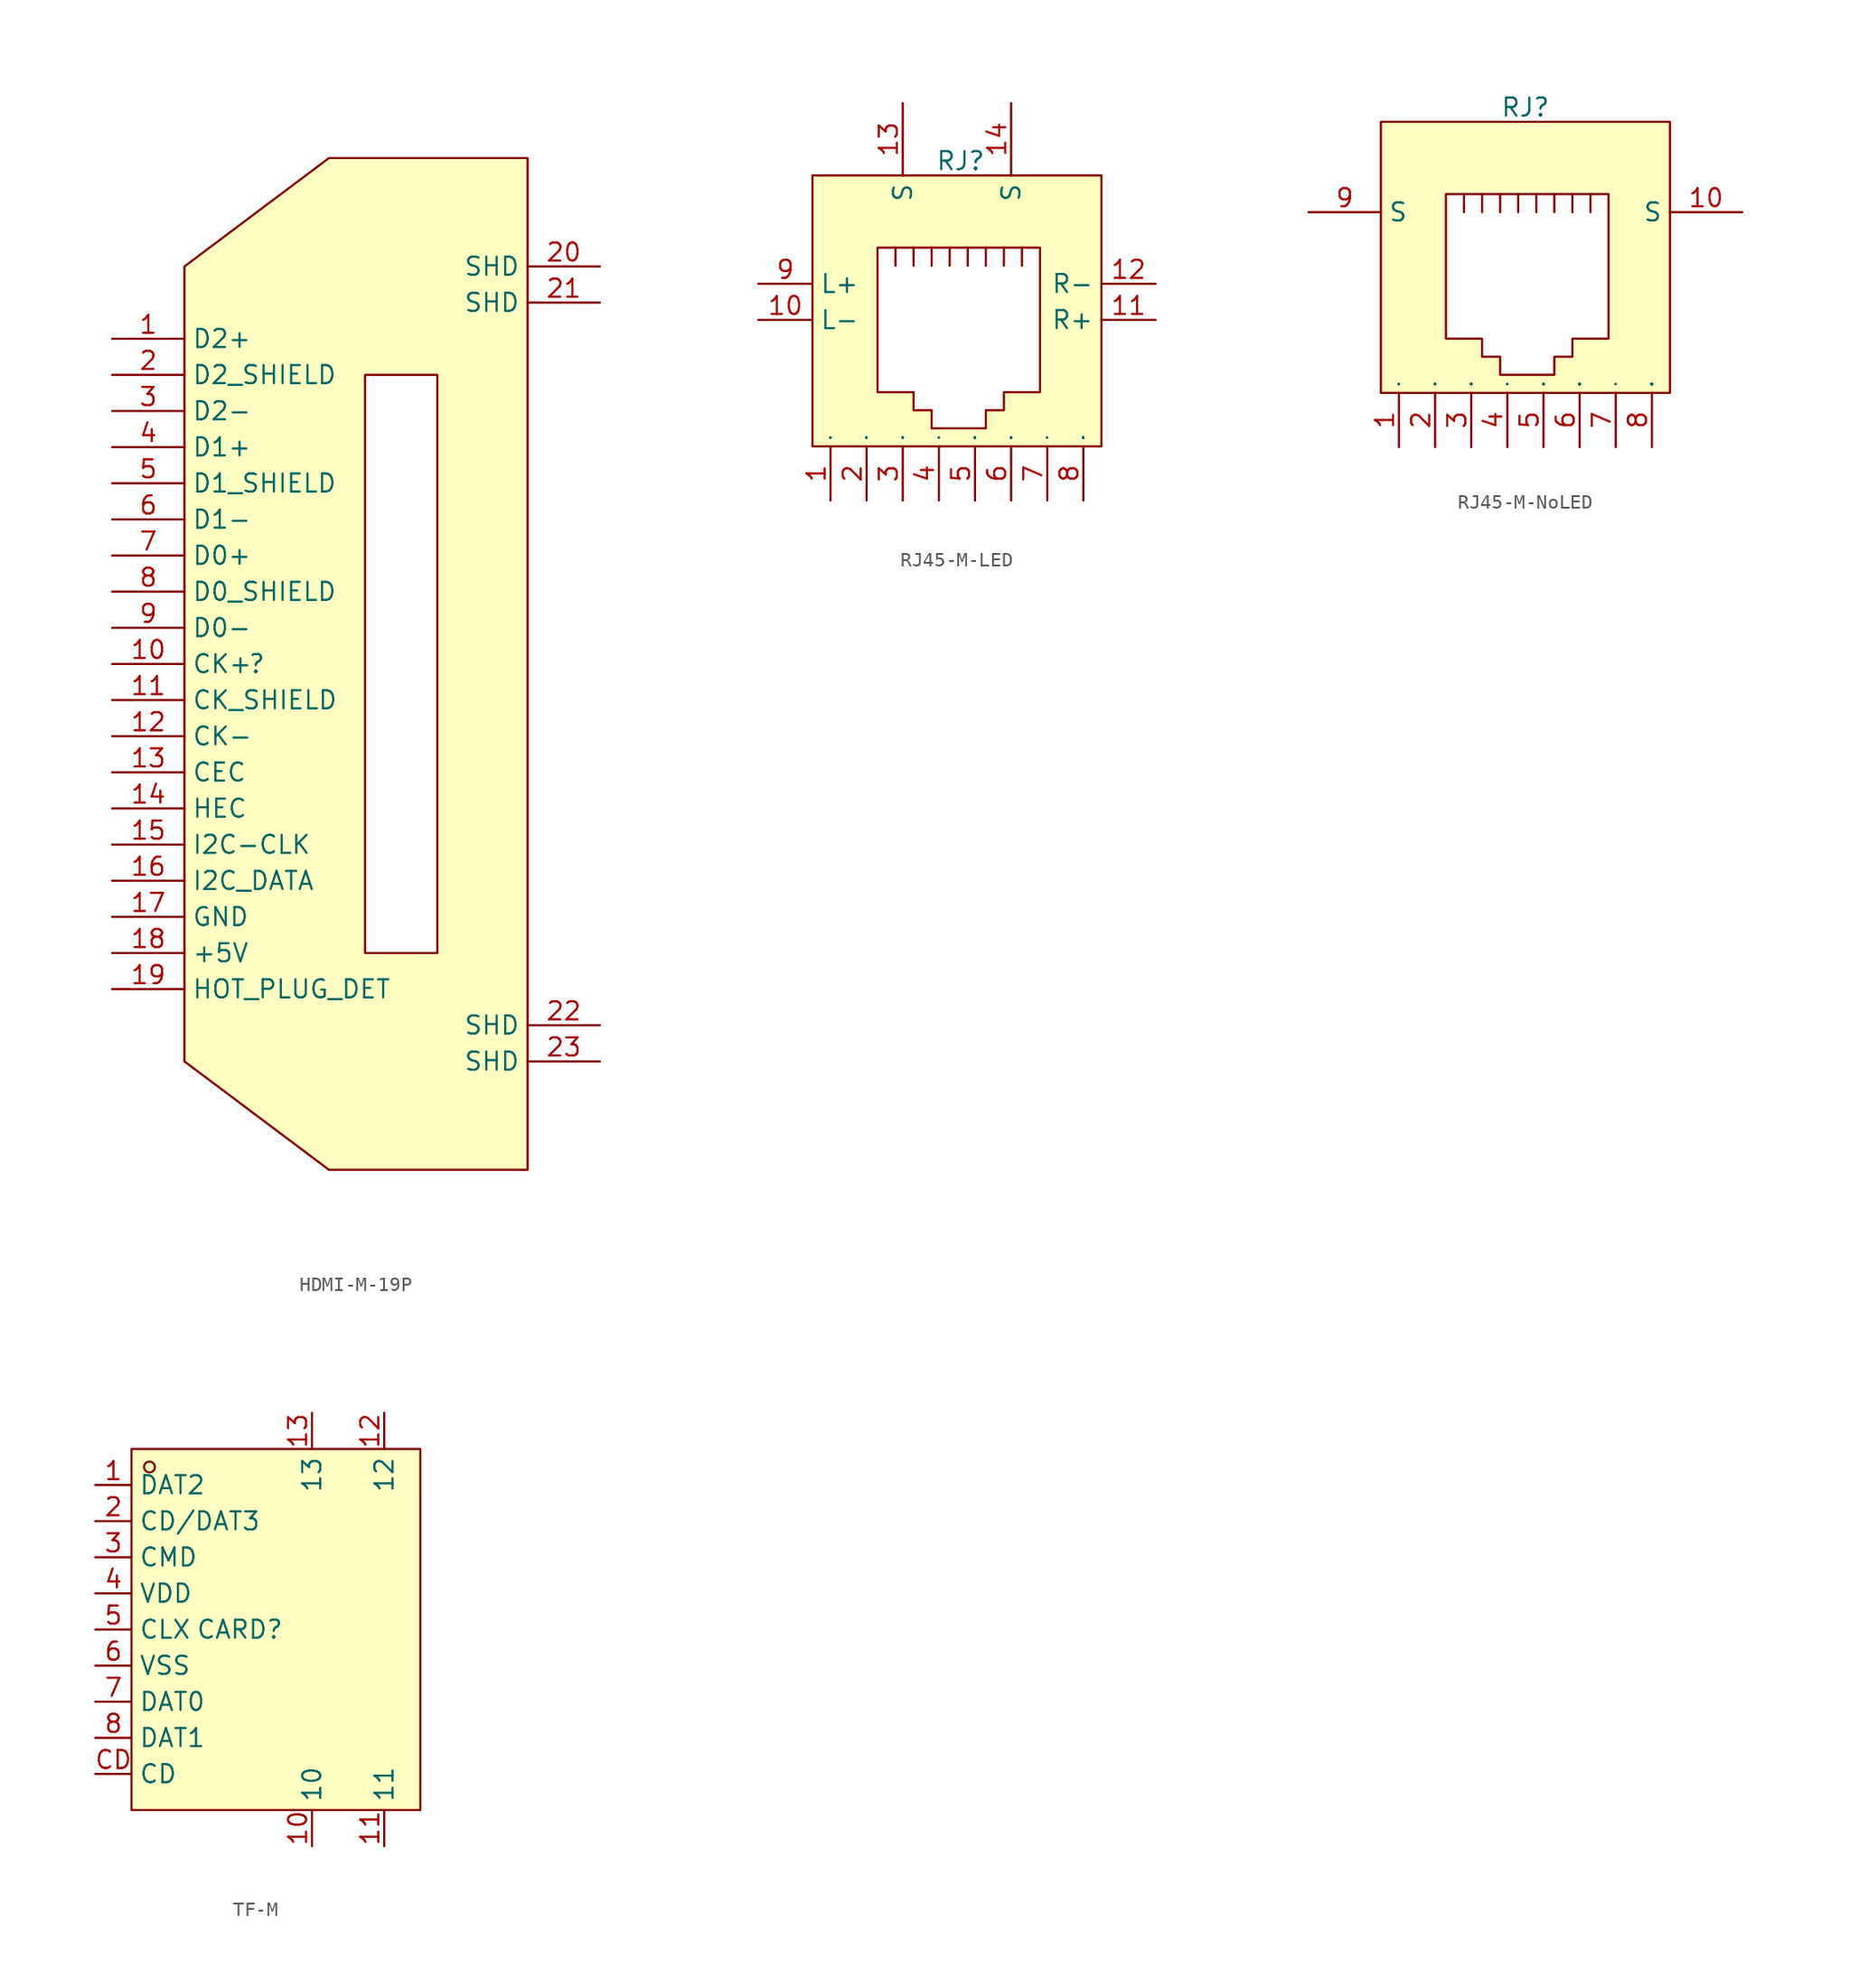
<source format=kicad_sym>
(kicad_symbol_lib
  (version 20241209)
  (generator "kicad_symbol_editor")
  (generator_version "9.0")
  (symbol "HDMI-M-19P"
    (property "Reference" ""
      (at 0 0 0)
      (effects (font (size 1.27 1.27))))
    (property "Value" ""
      (at 0 0 0)
      (effects (font (size 1.27 1.27))))
    (symbol "HDMI-M-19P_0_0"
      (polyline (pts (xy 5.08 35.56) (xy -5.08 27.94) (xy -5.08 -27.94) (xy 5.08 -35.56) (xy 19.05 -35.56) (xy 19.05 35.56) (xy 5.08 35.56)) (stroke (width 0) (type default)) (fill (type background))))
    (symbol "HDMI-M-19P_1_0"
      (rectangle (start 7.62 20.32) (end 12.7 -20.32) (stroke (width 0) (type solid)) (fill (type color) (color 255 255 255 1)))
      (pin passive line (at -10.16 22.86 0) (length 5.08) (name "D2+" (effects (font (size 1.27 1.27)))) (number "1" (effects (font (size 1.27 1.27)))))
      (pin passive line (at -10.16 20.32 0) (length 5.08) (name "D2_SHIELD" (effects (font (size 1.27 1.27)))) (number "2" (effects (font (size 1.27 1.27)))))
      (pin passive line (at -10.16 17.78 0) (length 5.08) (name "D2-" (effects (font (size 1.27 1.27)))) (number "3" (effects (font (size 1.27 1.27)))))
      (pin passive line (at -10.16 15.24 0) (length 5.08) (name "D1+" (effects (font (size 1.27 1.27)))) (number "4" (effects (font (size 1.27 1.27)))))
      (pin passive line (at -10.16 12.7 0) (length 5.08) (name "D1_SHIELD" (effects (font (size 1.27 1.27)))) (number "5" (effects (font (size 1.27 1.27)))))
      (pin passive line (at -10.16 10.16 0) (length 5.08) (name "D1-" (effects (font (size 1.27 1.27)))) (number "6" (effects (font (size 1.27 1.27)))))
      (pin passive line (at -10.16 7.62 0) (length 5.08) (name "D0+" (effects (font (size 1.27 1.27)))) (number "7" (effects (font (size 1.27 1.27)))))
      (pin passive line (at -10.16 5.08 0) (length 5.08) (name "D0_SHIELD" (effects (font (size 1.27 1.27)))) (number "8" (effects (font (size 1.27 1.27)))))
      (pin passive line (at -10.16 2.54 0) (length 5.08) (name "D0-" (effects (font (size 1.27 1.27)))) (number "9" (effects (font (size 1.27 1.27)))))
      (pin passive line (at -10.16 0 0) (length 5.08) (name "CK+" (effects (font (size 1.27 1.27)))) (number "10" (effects (font (size 1.27 1.27)))))
      (pin passive line (at -10.16 -2.54 0) (length 5.08) (name "CK_SHIELD" (effects (font (size 1.27 1.27)))) (number "11" (effects (font (size 1.27 1.27)))))
      (pin passive line (at -10.16 -5.08 0) (length 5.08) (name "CK-" (effects (font (size 1.27 1.27)))) (number "12" (effects (font (size 1.27 1.27)))))
      (pin passive line (at -10.16 -7.62 0) (length 5.08) (name "CEC" (effects (font (size 1.27 1.27)))) (number "13" (effects (font (size 1.27 1.27)))))
      (pin passive line (at -10.16 -10.16 0) (length 5.08) (name "HEC" (effects (font (size 1.27 1.27)))) (number "14" (effects (font (size 1.27 1.27)))))
      (pin passive line (at -10.16 -12.7 0) (length 5.08) (name "I2C-CLK" (effects (font (size 1.27 1.27)))) (number "15" (effects (font (size 1.27 1.27)))))
      (pin passive line (at -10.16 -15.24 0) (length 5.08) (name "I2C_DATA" (effects (font (size 1.27 1.27)))) (number "16" (effects (font (size 1.27 1.27)))))
      (pin passive line (at -10.16 -17.78 0) (length 5.08) (name "GND" (effects (font (size 1.27 1.27)))) (number "17" (effects (font (size 1.27 1.27)))))
      (pin passive line (at -10.16 -20.32 0) (length 5.08) (name "+5V" (effects (font (size 1.27 1.27)))) (number "18" (effects (font (size 1.27 1.27)))))
      (pin passive line (at -10.16 -22.86 0) (length 5.08) (name "HOT_PLUG_DET" (effects (font (size 1.27 1.27)))) (number "19" (effects (font (size 1.27 1.27)))))
      (pin passive line (at 24.13 27.94 180) (length 5.08) (name "SHD" (effects (font (size 1.27 1.27)))) (number "20" (effects (font (size 1.27 1.27)))))
      (pin passive line (at 24.13 25.4 180) (length 5.08) (name "SHD" (effects (font (size 1.27 1.27)))) (number "21" (effects (font (size 1.27 1.27)))))
      (pin passive line (at 24.13 -25.4 180) (length 5.08) (name "SHD" (effects (font (size 1.27 1.27)))) (number "22" (effects (font (size 1.27 1.27)))))
      (pin passive line (at 24.13 -27.94 180) (length 5.08) (name "SHD" (effects (font (size 1.27 1.27)))) (number "23" (effects (font (size 1.27 1.27)))))))
  (symbol "RJ45-M-LED"
    (property "Reference" "RJ"
      (at -1.016 11.176 0)
      (effects (font (size 1.27 1.27))))
    (property "Value" ""
      (at 0 0 0)
      (effects (font (size 1.27 1.27))))
    (symbol "RJ45-M-LED_1_0"
      (rectangle (start -11.43 10.16) (end 8.89 -8.89) (stroke (width 0) (type default)) (fill (type background)))
      (polyline (pts (xy -6.858 5.08) (xy 4.572 5.08) (xy 4.572 5.08) (xy 4.572 -5.08) (xy 4.572 -5.08) (xy 2.032 -5.08) (xy 2.032 -5.08) (xy 2.032 -6.35) (xy 2.032 -6.35) (xy 0.762 -6.35) (xy 0.762 -6.35) (xy 0.762 -7.62) (xy 0.762 -7.62) (xy -3.048 -7.62) (xy -3.048 -7.62) (xy -3.048 -6.35) (xy -3.048 -6.35) (xy -4.318 -6.35) (xy -4.318 -6.35) (xy -4.318 -5.08) (xy -4.318 -5.08) (xy -6.858 -5.08) (xy -6.858 -5.08) (xy -6.858 5.08) (xy -6.858 5.08) (xy -6.858 5.08)) (stroke (width 0) (type solid)) (fill (type color) (color 255 255 255 1)))
      (polyline (pts (xy -5.588 3.81) (xy -5.588 5.08) (xy -5.588 5.08) (xy -5.588 5.08)) (stroke (width 0) (type default)) (fill (type none)))
      (polyline (pts (xy -4.318 5.08) (xy -4.318 3.81) (xy -4.318 3.81) (xy -4.318 3.81)) (stroke (width 0) (type default)) (fill (type none)))
      (polyline (pts (xy -3.048 5.08) (xy -3.048 3.81) (xy -3.048 3.81) (xy -3.048 3.81)) (stroke (width 0) (type default)) (fill (type none)))
      (polyline (pts (xy -1.778 5.08) (xy -1.778 3.81) (xy -1.778 3.81) (xy -1.778 3.81)) (stroke (width 0) (type default)) (fill (type none)))
      (polyline (pts (xy -0.508 5.08) (xy -0.508 3.81) (xy -0.508 3.81) (xy -0.508 3.81)) (stroke (width 0) (type default)) (fill (type none)))
      (polyline (pts (xy 0.762 5.08) (xy 0.762 3.81) (xy 0.762 3.81) (xy 0.762 3.81)) (stroke (width 0) (type default)) (fill (type none)))
      (polyline (pts (xy 2.032 3.81) (xy 2.032 5.08) (xy 2.032 5.08) (xy 2.032 5.08)) (stroke (width 0) (type default)) (fill (type none)))
      (polyline (pts (xy 3.302 3.81) (xy 3.302 5.08) (xy 3.302 5.08) (xy 3.302 5.08)) (stroke (width 0) (type default)) (fill (type none)))
      (pin passive line (at -15.24 2.54 0) (length 3.81) (name "L+" (effects (font (size 1.27 1.27)))) (number "9" (effects (font (size 1.27 1.27)))))
      (pin passive line (at -15.24 0 0) (length 3.81) (name "L-" (effects (font (size 1.27 1.27)))) (number "10" (effects (font (size 1.27 1.27)))))
      (pin passive line (at -10.16 -12.7 90) (length 3.81) (name "1" (effects (font (size 0.025 0.025)))) (number "1" (effects (font (size 1.27 1.27)))))
      (pin passive line (at -7.62 -12.7 90) (length 3.81) (name "2" (effects (font (size 0.025 0.025)))) (number "2" (effects (font (size 1.27 1.27)))))
      (pin passive line (at -5.08 15.24 270) (length 5.08) (name "S" (effects (font (size 1.27 1.27)))) (number "13" (effects (font (size 1.27 1.27)))))
      (pin passive line (at -5.08 -12.7 90) (length 3.81) (name "3" (effects (font (size 0.025 0.025)))) (number "3" (effects (font (size 1.27 1.27)))))
      (pin passive line (at -2.54 -12.7 90) (length 3.81) (name "4" (effects (font (size 0.025 0.025)))) (number "4" (effects (font (size 1.27 1.27)))))
      (pin passive line (at 0 -12.7 90) (length 3.81) (name "5" (effects (font (size 0.025 0.025)))) (number "5" (effects (font (size 1.27 1.27)))))
      (pin passive line (at 2.54 15.24 270) (length 5.08) (name "S" (effects (font (size 1.27 1.27)))) (number "14" (effects (font (size 1.27 1.27)))))
      (pin passive line (at 2.54 -12.7 90) (length 3.81) (name "6" (effects (font (size 0.025 0.025)))) (number "6" (effects (font (size 1.27 1.27)))))
      (pin passive line (at 5.08 -12.7 90) (length 3.81) (name "7" (effects (font (size 0.025 0.025)))) (number "7" (effects (font (size 1.27 1.27)))))
      (pin passive line (at 7.62 -12.7 90) (length 3.81) (name "8" (effects (font (size 0.025 0.025)))) (number "8" (effects (font (size 1.27 1.27)))))
      (pin passive line (at 12.7 2.54 180) (length 3.81) (name "R-" (effects (font (size 1.27 1.27)))) (number "12" (effects (font (size 1.27 1.27)))))
      (pin passive line (at 12.7 0 180) (length 3.81) (name "R+" (effects (font (size 1.27 1.27)))) (number "11" (effects (font (size 1.27 1.27)))))))
  (symbol "RJ45-M-NoLED"
    (property "Reference" "RJ"
      (at 1.27 11.176 0)
      (effects (font (size 1.27 1.27))))
    (property "Value" ""
      (at 0 0 0)
      (effects (font (size 1.27 1.27))))
    (symbol "RJ45-M-NoLED_1_0"
      (rectangle (start -8.89 10.16) (end 11.43 -8.89) (stroke (width 0) (type default)) (fill (type background)))
      (polyline (pts (xy -4.318 5.08) (xy 7.112 5.08) (xy 7.112 5.08) (xy 7.112 -5.08) (xy 7.112 -5.08) (xy 4.572 -5.08) (xy 4.572 -5.08) (xy 4.572 -6.35) (xy 4.572 -6.35) (xy 3.302 -6.35) (xy 3.302 -6.35) (xy 3.302 -7.62) (xy 3.302 -7.62) (xy -0.508 -7.62) (xy -0.508 -7.62) (xy -0.508 -6.35) (xy -0.508 -6.35) (xy -1.778 -6.35) (xy -1.778 -6.35) (xy -1.778 -5.08) (xy -1.778 -5.08) (xy -4.318 -5.08) (xy -4.318 -5.08) (xy -4.318 5.08) (xy -4.318 5.08) (xy -4.318 5.08)) (stroke (width 0) (type solid)) (fill (type color) (color 255 255 255 1)))
      (polyline (pts (xy -3.048 3.81) (xy -3.048 5.08) (xy -3.048 5.08) (xy -3.048 5.08)) (stroke (width 0) (type default)) (fill (type none)))
      (polyline (pts (xy -1.778 5.08) (xy -1.778 3.81) (xy -1.778 3.81) (xy -1.778 3.81)) (stroke (width 0) (type default)) (fill (type none)))
      (polyline (pts (xy -0.508 5.08) (xy -0.508 3.81) (xy -0.508 3.81) (xy -0.508 3.81)) (stroke (width 0) (type default)) (fill (type none)))
      (polyline (pts (xy 0.762 5.08) (xy 0.762 3.81) (xy 0.762 3.81) (xy 0.762 3.81)) (stroke (width 0) (type default)) (fill (type none)))
      (polyline (pts (xy 2.032 5.08) (xy 2.032 3.81) (xy 2.032 3.81) (xy 2.032 3.81)) (stroke (width 0) (type default)) (fill (type none)))
      (polyline (pts (xy 3.302 5.08) (xy 3.302 3.81) (xy 3.302 3.81) (xy 3.302 3.81)) (stroke (width 0) (type default)) (fill (type none)))
      (polyline (pts (xy 4.572 3.81) (xy 4.572 5.08) (xy 4.572 5.08) (xy 4.572 5.08)) (stroke (width 0) (type default)) (fill (type none)))
      (polyline (pts (xy 5.842 3.81) (xy 5.842 5.08) (xy 5.842 5.08) (xy 5.842 5.08)) (stroke (width 0) (type default)) (fill (type none)))
      (pin passive line (at -13.97 3.81 0) (length 5.08) (name "S" (effects (font (size 1.27 1.27)))) (number "9" (effects (font (size 1.27 1.27)))))
      (pin passive line (at -7.62 -12.7 90) (length 3.81) (name "1" (effects (font (size 0.025 0.025)))) (number "1" (effects (font (size 1.27 1.27)))))
      (pin passive line (at -5.08 -12.7 90) (length 3.81) (name "2" (effects (font (size 0.025 0.025)))) (number "2" (effects (font (size 1.27 1.27)))))
      (pin passive line (at -2.54 -12.7 90) (length 3.81) (name "3" (effects (font (size 0.025 0.025)))) (number "3" (effects (font (size 1.27 1.27)))))
      (pin passive line (at 0 -12.7 90) (length 3.81) (name "4" (effects (font (size 0.025 0.025)))) (number "4" (effects (font (size 1.27 1.27)))))
      (pin passive line (at 2.54 -12.7 90) (length 3.81) (name "5" (effects (font (size 0.025 0.025)))) (number "5" (effects (font (size 1.27 1.27)))))
      (pin passive line (at 5.08 -12.7 90) (length 3.81) (name "6" (effects (font (size 0.025 0.025)))) (number "6" (effects (font (size 1.27 1.27)))))
      (pin passive line (at 7.62 -12.7 90) (length 3.81) (name "7" (effects (font (size 0.025 0.025)))) (number "7" (effects (font (size 1.27 1.27)))))
      (pin passive line (at 10.16 -12.7 90) (length 3.81) (name "8" (effects (font (size 0.025 0.025)))) (number "8" (effects (font (size 1.27 1.27)))))
      (pin passive line (at 16.51 3.81 180) (length 5.08) (name "S" (effects (font (size 1.27 1.27)))) (number "10" (effects (font (size 1.27 1.27)))))))
  (symbol "TF-M"
    (property "Reference" "CARD"
      (at 0 0 0)
      (effects (font (size 1.27 1.27))))
    (property "Value" ""
      (at 0 0 0)
      (effects (font (size 1.27 1.27))))
    (symbol "TF-M_1_0"
      (rectangle (start -7.62 12.7) (end 12.7 -12.7) (stroke (width 0) (type default)) (fill (type background)))
      (circle (center -6.35 11.43) (radius 0.381) (stroke (width 0) (type default)) (fill (type none)))
      (pin passive line (at -10.16 10.16 0) (length 2.54) (name "DAT2" (effects (font (size 1.27 1.27)))) (number "1" (effects (font (size 1.27 1.27)))))
      (pin passive line (at -10.16 7.62 0) (length 2.54) (name "CD/DAT3" (effects (font (size 1.27 1.27)))) (number "2" (effects (font (size 1.27 1.27)))))
      (pin passive line (at -10.16 5.08 0) (length 2.54) (name "CMD" (effects (font (size 1.27 1.27)))) (number "3" (effects (font (size 1.27 1.27)))))
      (pin passive line (at -10.16 2.54 0) (length 2.54) (name "VDD" (effects (font (size 1.27 1.27)))) (number "4" (effects (font (size 1.27 1.27)))))
      (pin passive line (at -10.16 0 0) (length 2.54) (name "CLX" (effects (font (size 1.27 1.27)))) (number "5" (effects (font (size 1.27 1.27)))))
      (pin passive line (at -10.16 -2.54 0) (length 2.54) (name "VSS" (effects (font (size 1.27 1.27)))) (number "6" (effects (font (size 1.27 1.27)))))
      (pin passive line (at -10.16 -5.08 0) (length 2.54) (name "DAT0" (effects (font (size 1.27 1.27)))) (number "7" (effects (font (size 1.27 1.27)))))
      (pin passive line (at -10.16 -7.62 0) (length 2.54) (name "DAT1" (effects (font (size 1.27 1.27)))) (number "8" (effects (font (size 1.27 1.27)))))
      (pin passive line (at -10.16 -10.16 0) (length 2.54) (name "CD" (effects (font (size 1.27 1.27)))) (number "CD" (effects (font (size 1.27 1.27)))))
      (pin passive line (at 5.08 15.24 270) (length 2.54) (name "13" (effects (font (size 1.27 1.27)))) (number "13" (effects (font (size 1.27 1.27)))))
      (pin passive line (at 5.08 -15.24 90) (length 2.54) (name "10" (effects (font (size 1.27 1.27)))) (number "10" (effects (font (size 1.27 1.27)))))
      (pin passive line (at 10.16 15.24 270) (length 2.54) (name "12" (effects (font (size 1.27 1.27)))) (number "12" (effects (font (size 1.27 1.27)))))
      (pin passive line (at 10.16 -15.24 90) (length 2.54) (name "11" (effects (font (size 1.27 1.27)))) (number "11" (effects (font (size 1.27 1.27))))))))
</source>
